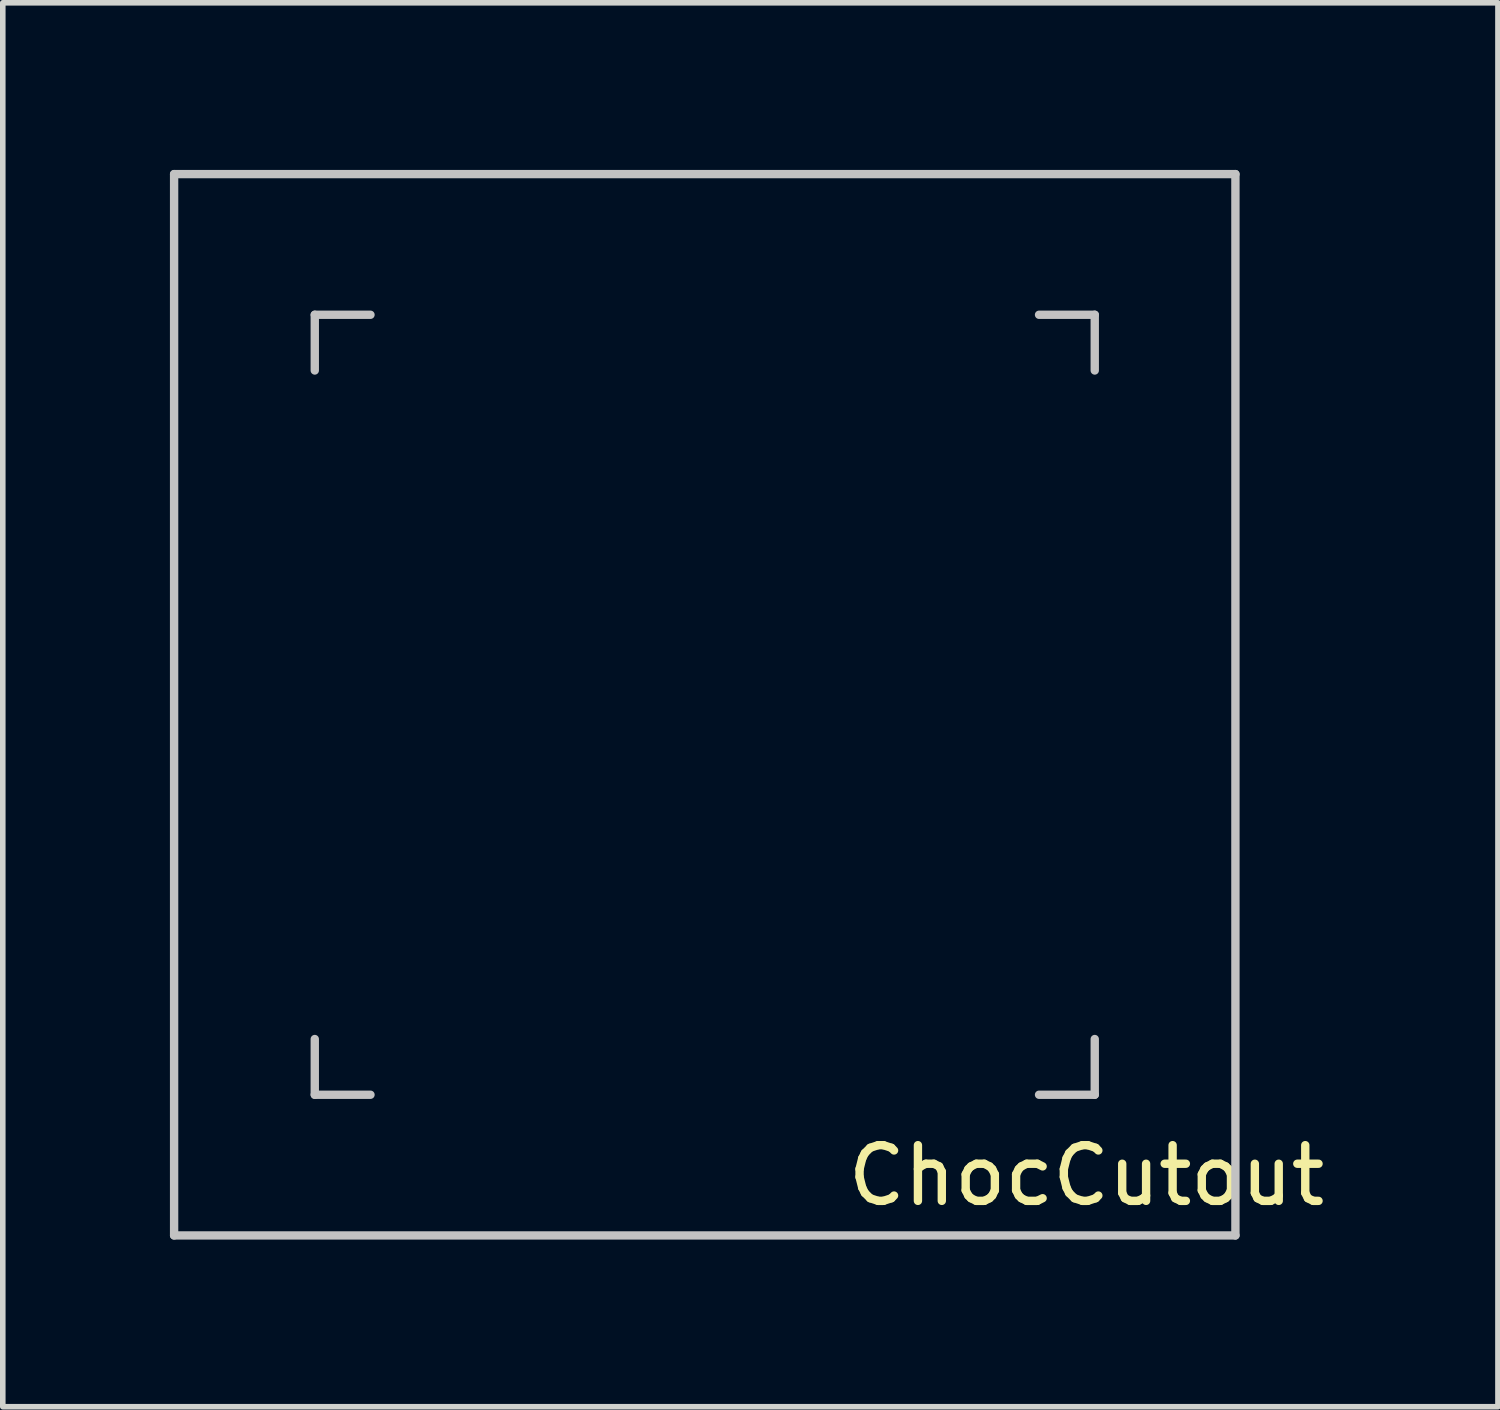
<source format=kicad_pcb>
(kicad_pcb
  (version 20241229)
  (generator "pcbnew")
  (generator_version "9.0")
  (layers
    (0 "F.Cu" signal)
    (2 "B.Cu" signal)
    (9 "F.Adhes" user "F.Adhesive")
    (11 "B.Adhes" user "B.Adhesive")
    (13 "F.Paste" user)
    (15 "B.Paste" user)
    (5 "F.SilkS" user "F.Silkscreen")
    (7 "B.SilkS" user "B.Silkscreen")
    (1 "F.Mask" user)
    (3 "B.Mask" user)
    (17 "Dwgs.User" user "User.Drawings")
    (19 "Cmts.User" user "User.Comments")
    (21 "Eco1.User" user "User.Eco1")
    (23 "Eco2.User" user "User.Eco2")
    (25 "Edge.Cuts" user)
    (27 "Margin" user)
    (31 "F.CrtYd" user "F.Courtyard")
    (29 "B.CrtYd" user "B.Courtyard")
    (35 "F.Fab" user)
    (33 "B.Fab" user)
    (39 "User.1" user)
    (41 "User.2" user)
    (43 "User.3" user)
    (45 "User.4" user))
  (footprint "ChocCutout"
    (layer "F.Cu")
    (at 9.6 9.6)
    (property "Reference" "ChocCutout" (at 6.85 8.45 180) (layer "F.SilkS") (effects (font (size 1 1) (thickness 0.15))))
    (attr through_hole)
    (fp_line (start -9.525 -9.525) (end 9.525 -9.525) (stroke (width 0.15) (type solid)) (layer "Dwgs.User"))
    (fp_line (start -9.525 9.525) (end -9.525 -9.525) (stroke (width 0.15) (type solid)) (layer "Dwgs.User"))
    (fp_line (start -7 -7) (end -7 -6) (stroke (width 0.15) (type solid)) (layer "Dwgs.User"))
    (fp_line (start -7 6) (end -7 7) (stroke (width 0.15) (type solid)) (layer "Dwgs.User"))
    (fp_line (start -7 7) (end -6 7) (stroke (width 0.15) (type solid)) (layer "Dwgs.User"))
    (fp_line (start -6 -7) (end -7 -7) (stroke (width 0.15) (type solid)) (layer "Dwgs.User"))
    (fp_line (start 6 -7) (end 7 -7) (stroke (width 0.15) (type solid)) (layer "Dwgs.User"))
    (fp_line (start 7 -7) (end 7 -6) (stroke (width 0.15) (type solid)) (layer "Dwgs.User"))
    (fp_line (start 7 6) (end 7 7) (stroke (width 0.15) (type solid)) (layer "Dwgs.User"))
    (fp_line (start 7 7) (end 6 7) (stroke (width 0.15) (type solid)) (layer "Dwgs.User"))
    (fp_line (start 9.525 -9.525) (end 9.525 9.525) (stroke (width 0.15) (type solid)) (layer "Dwgs.User"))
    (fp_line (start 9.525 9.525) (end -9.525 9.525) (stroke (width 0.15) (type solid)) (layer "Dwgs.User")))
  (gr_rect
    (start -3 -3)
    (end 23.837 22.2)
    (stroke (width 0.1) (type default))
    (fill no)
    (layer "Edge.Cuts")))
</source>
